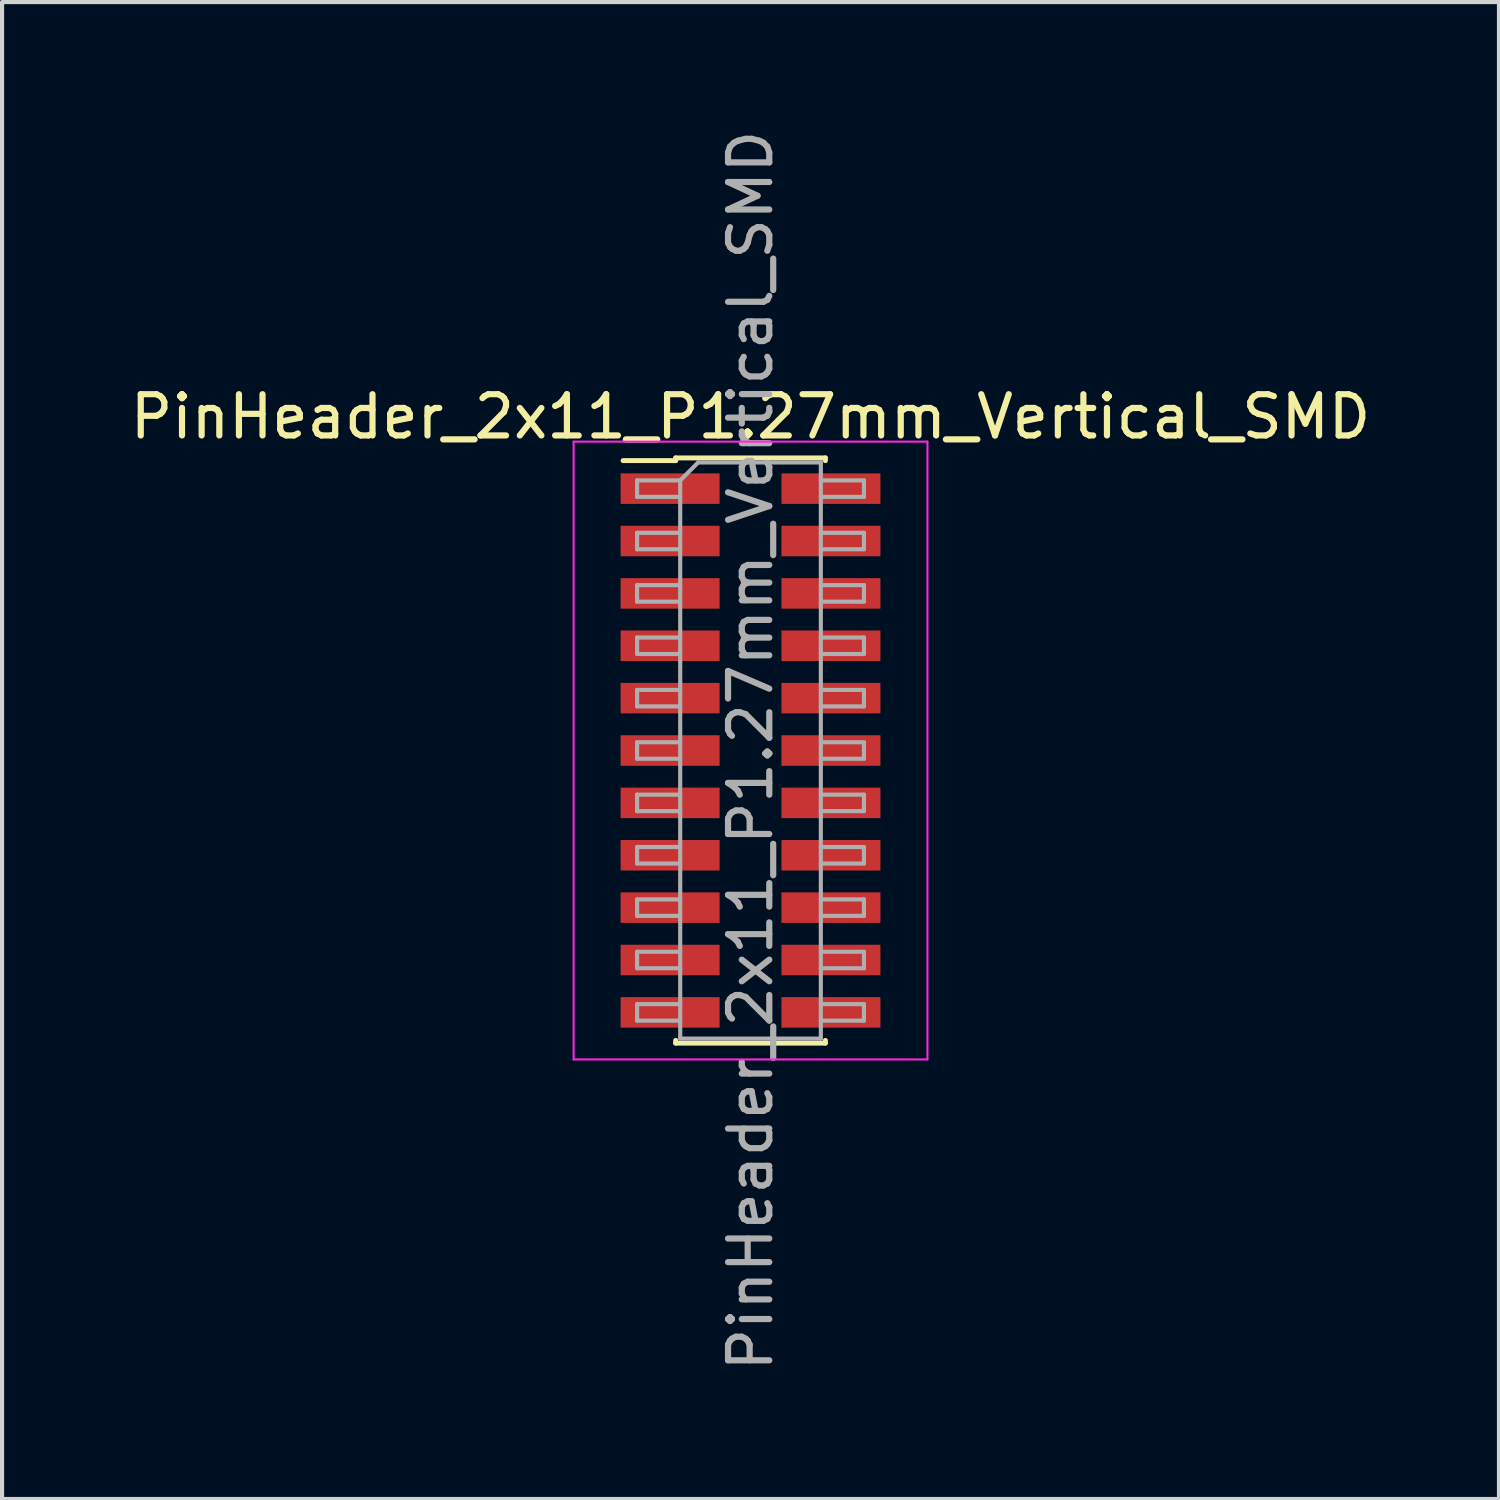
<source format=kicad_pcb>
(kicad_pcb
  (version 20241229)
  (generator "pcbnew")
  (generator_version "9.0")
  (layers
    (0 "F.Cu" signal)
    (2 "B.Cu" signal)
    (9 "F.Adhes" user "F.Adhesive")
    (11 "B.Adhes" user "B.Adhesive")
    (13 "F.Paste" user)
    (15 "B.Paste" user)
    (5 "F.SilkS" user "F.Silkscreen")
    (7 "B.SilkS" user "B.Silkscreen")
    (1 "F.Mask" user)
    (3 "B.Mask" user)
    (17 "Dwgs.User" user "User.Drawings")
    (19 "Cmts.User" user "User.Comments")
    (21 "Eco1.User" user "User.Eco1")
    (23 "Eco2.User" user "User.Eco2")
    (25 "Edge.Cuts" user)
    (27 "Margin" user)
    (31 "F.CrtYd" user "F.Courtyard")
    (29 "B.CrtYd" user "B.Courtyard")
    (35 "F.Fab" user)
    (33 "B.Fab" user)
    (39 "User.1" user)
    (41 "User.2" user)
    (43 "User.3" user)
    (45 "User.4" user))
  (footprint "PinHeader_2x11_P1.27mm_Vertical_SMD"
    (layer "F.Cu")
    (at 15.149 15.149)
    (property "Reference" "PinHeader_2x11_P1.27mm_Vertical_SMD" (at 0 -8.095 0) (layer "F.SilkS") (effects (font (size 1 1) (thickness 0.15))))
    (attr smd)
    (fp_line (start -3.09 -7.03) (end -1.815 -7.03) (stroke (width 0.12) (type solid)) (layer "F.SilkS"))
    (fp_line (start -1.815 -7.095) (end -1.815 -7.03) (stroke (width 0.12) (type solid)) (layer "F.SilkS"))
    (fp_line (start -1.815 -7.095) (end 1.815 -7.095) (stroke (width 0.12) (type solid)) (layer "F.SilkS"))
    (fp_line (start -1.815 7.03) (end -1.815 7.095) (stroke (width 0.12) (type solid)) (layer "F.SilkS"))
    (fp_line (start -1.815 7.095) (end 1.815 7.095) (stroke (width 0.12) (type solid)) (layer "F.SilkS"))
    (fp_line (start 1.815 -7.095) (end 1.815 -7.03) (stroke (width 0.12) (type solid)) (layer "F.SilkS"))
    (fp_line (start 1.815 7.03) (end 1.815 7.095) (stroke (width 0.12) (type solid)) (layer "F.SilkS"))
    (fp_line (start -4.29 -7.49) (end -4.29 7.49) (stroke (width 0.05) (type solid)) (layer "F.CrtYd"))
    (fp_line (start -4.29 7.49) (end 4.29 7.49) (stroke (width 0.05) (type solid)) (layer "F.CrtYd"))
    (fp_line (start 4.29 -7.49) (end -4.29 -7.49) (stroke (width 0.05) (type solid)) (layer "F.CrtYd"))
    (fp_line (start 4.29 7.49) (end 4.29 -7.49) (stroke (width 0.05) (type solid)) (layer "F.CrtYd"))
    (fp_line (start -2.75 -6.55) (end -2.75 -6.15) (stroke (width 0.1) (type solid)) (layer "F.Fab"))
    (fp_line (start -2.75 -6.15) (end -1.705 -6.15) (stroke (width 0.1) (type solid)) (layer "F.Fab"))
    (fp_line (start -2.75 -5.28) (end -2.75 -4.88) (stroke (width 0.1) (type solid)) (layer "F.Fab"))
    (fp_line (start -2.75 -4.88) (end -1.705 -4.88) (stroke (width 0.1) (type solid)) (layer "F.Fab"))
    (fp_line (start -2.75 -4.01) (end -2.75 -3.61) (stroke (width 0.1) (type solid)) (layer "F.Fab"))
    (fp_line (start -2.75 -3.61) (end -1.705 -3.61) (stroke (width 0.1) (type solid)) (layer "F.Fab"))
    (fp_line (start -2.75 -2.74) (end -2.75 -2.34) (stroke (width 0.1) (type solid)) (layer "F.Fab"))
    (fp_line (start -2.75 -2.34) (end -1.705 -2.34) (stroke (width 0.1) (type solid)) (layer "F.Fab"))
    (fp_line (start -2.75 -1.47) (end -2.75 -1.07) (stroke (width 0.1) (type solid)) (layer "F.Fab"))
    (fp_line (start -2.75 -1.07) (end -1.705 -1.07) (stroke (width 0.1) (type solid)) (layer "F.Fab"))
    (fp_line (start -2.75 -0.2) (end -2.75 0.2) (stroke (width 0.1) (type solid)) (layer "F.Fab"))
    (fp_line (start -2.75 0.2) (end -1.705 0.2) (stroke (width 0.1) (type solid)) (layer "F.Fab"))
    (fp_line (start -2.75 1.07) (end -2.75 1.47) (stroke (width 0.1) (type solid)) (layer "F.Fab"))
    (fp_line (start -2.75 1.47) (end -1.705 1.47) (stroke (width 0.1) (type solid)) (layer "F.Fab"))
    (fp_line (start -2.75 2.34) (end -2.75 2.74) (stroke (width 0.1) (type solid)) (layer "F.Fab"))
    (fp_line (start -2.75 2.74) (end -1.705 2.74) (stroke (width 0.1) (type solid)) (layer "F.Fab"))
    (fp_line (start -2.75 3.61) (end -2.75 4.01) (stroke (width 0.1) (type solid)) (layer "F.Fab"))
    (fp_line (start -2.75 4.01) (end -1.705 4.01) (stroke (width 0.1) (type solid)) (layer "F.Fab"))
    (fp_line (start -2.75 4.88) (end -2.75 5.28) (stroke (width 0.1) (type solid)) (layer "F.Fab"))
    (fp_line (start -2.75 5.28) (end -1.705 5.28) (stroke (width 0.1) (type solid)) (layer "F.Fab"))
    (fp_line (start -2.75 6.15) (end -2.75 6.55) (stroke (width 0.1) (type solid)) (layer "F.Fab"))
    (fp_line (start -2.75 6.55) (end -1.705 6.55) (stroke (width 0.1) (type solid)) (layer "F.Fab"))
    (fp_line (start -1.705 -6.55) (end -2.75 -6.55) (stroke (width 0.1) (type solid)) (layer "F.Fab"))
    (fp_line (start -1.705 -6.55) (end -1.27 -6.985) (stroke (width 0.1) (type solid)) (layer "F.Fab"))
    (fp_line (start -1.705 -5.28) (end -2.75 -5.28) (stroke (width 0.1) (type solid)) (layer "F.Fab"))
    (fp_line (start -1.705 -4.01) (end -2.75 -4.01) (stroke (width 0.1) (type solid)) (layer "F.Fab"))
    (fp_line (start -1.705 -2.74) (end -2.75 -2.74) (stroke (width 0.1) (type solid)) (layer "F.Fab"))
    (fp_line (start -1.705 -1.47) (end -2.75 -1.47) (stroke (width 0.1) (type solid)) (layer "F.Fab"))
    (fp_line (start -1.705 -0.2) (end -2.75 -0.2) (stroke (width 0.1) (type solid)) (layer "F.Fab"))
    (fp_line (start -1.705 1.07) (end -2.75 1.07) (stroke (width 0.1) (type solid)) (layer "F.Fab"))
    (fp_line (start -1.705 2.34) (end -2.75 2.34) (stroke (width 0.1) (type solid)) (layer "F.Fab"))
    (fp_line (start -1.705 3.61) (end -2.75 3.61) (stroke (width 0.1) (type solid)) (layer "F.Fab"))
    (fp_line (start -1.705 4.88) (end -2.75 4.88) (stroke (width 0.1) (type solid)) (layer "F.Fab"))
    (fp_line (start -1.705 6.15) (end -2.75 6.15) (stroke (width 0.1) (type solid)) (layer "F.Fab"))
    (fp_line (start -1.705 6.985) (end -1.705 -6.55) (stroke (width 0.1) (type solid)) (layer "F.Fab"))
    (fp_line (start -1.27 -6.985) (end 1.705 -6.985) (stroke (width 0.1) (type solid)) (layer "F.Fab"))
    (fp_line (start 1.705 -6.985) (end 1.705 6.985) (stroke (width 0.1) (type solid)) (layer "F.Fab"))
    (fp_line (start 1.705 -6.55) (end 2.75 -6.55) (stroke (width 0.1) (type solid)) (layer "F.Fab"))
    (fp_line (start 1.705 -5.28) (end 2.75 -5.28) (stroke (width 0.1) (type solid)) (layer "F.Fab"))
    (fp_line (start 1.705 -4.01) (end 2.75 -4.01) (stroke (width 0.1) (type solid)) (layer "F.Fab"))
    (fp_line (start 1.705 -2.74) (end 2.75 -2.74) (stroke (width 0.1) (type solid)) (layer "F.Fab"))
    (fp_line (start 1.705 -1.47) (end 2.75 -1.47) (stroke (width 0.1) (type solid)) (layer "F.Fab"))
    (fp_line (start 1.705 -0.2) (end 2.75 -0.2) (stroke (width 0.1) (type solid)) (layer "F.Fab"))
    (fp_line (start 1.705 1.07) (end 2.75 1.07) (stroke (width 0.1) (type solid)) (layer "F.Fab"))
    (fp_line (start 1.705 2.34) (end 2.75 2.34) (stroke (width 0.1) (type solid)) (layer "F.Fab"))
    (fp_line (start 1.705 3.61) (end 2.75 3.61) (stroke (width 0.1) (type solid)) (layer "F.Fab"))
    (fp_line (start 1.705 4.88) (end 2.75 4.88) (stroke (width 0.1) (type solid)) (layer "F.Fab"))
    (fp_line (start 1.705 6.15) (end 2.75 6.15) (stroke (width 0.1) (type solid)) (layer "F.Fab"))
    (fp_line (start 1.705 6.985) (end -1.705 6.985) (stroke (width 0.1) (type solid)) (layer "F.Fab"))
    (fp_line (start 2.75 -6.55) (end 2.75 -6.15) (stroke (width 0.1) (type solid)) (layer "F.Fab"))
    (fp_line (start 2.75 -6.15) (end 1.705 -6.15) (stroke (width 0.1) (type solid)) (layer "F.Fab"))
    (fp_line (start 2.75 -5.28) (end 2.75 -4.88) (stroke (width 0.1) (type solid)) (layer "F.Fab"))
    (fp_line (start 2.75 -4.88) (end 1.705 -4.88) (stroke (width 0.1) (type solid)) (layer "F.Fab"))
    (fp_line (start 2.75 -4.01) (end 2.75 -3.61) (stroke (width 0.1) (type solid)) (layer "F.Fab"))
    (fp_line (start 2.75 -3.61) (end 1.705 -3.61) (stroke (width 0.1) (type solid)) (layer "F.Fab"))
    (fp_line (start 2.75 -2.74) (end 2.75 -2.34) (stroke (width 0.1) (type solid)) (layer "F.Fab"))
    (fp_line (start 2.75 -2.34) (end 1.705 -2.34) (stroke (width 0.1) (type solid)) (layer "F.Fab"))
    (fp_line (start 2.75 -1.47) (end 2.75 -1.07) (stroke (width 0.1) (type solid)) (layer "F.Fab"))
    (fp_line (start 2.75 -1.07) (end 1.705 -1.07) (stroke (width 0.1) (type solid)) (layer "F.Fab"))
    (fp_line (start 2.75 -0.2) (end 2.75 0.2) (stroke (width 0.1) (type solid)) (layer "F.Fab"))
    (fp_line (start 2.75 0.2) (end 1.705 0.2) (stroke (width 0.1) (type solid)) (layer "F.Fab"))
    (fp_line (start 2.75 1.07) (end 2.75 1.47) (stroke (width 0.1) (type solid)) (layer "F.Fab"))
    (fp_line (start 2.75 1.47) (end 1.705 1.47) (stroke (width 0.1) (type solid)) (layer "F.Fab"))
    (fp_line (start 2.75 2.34) (end 2.75 2.74) (stroke (width 0.1) (type solid)) (layer "F.Fab"))
    (fp_line (start 2.75 2.74) (end 1.705 2.74) (stroke (width 0.1) (type solid)) (layer "F.Fab"))
    (fp_line (start 2.75 3.61) (end 2.75 4.01) (stroke (width 0.1) (type solid)) (layer "F.Fab"))
    (fp_line (start 2.75 4.01) (end 1.705 4.01) (stroke (width 0.1) (type solid)) (layer "F.Fab"))
    (fp_line (start 2.75 4.88) (end 2.75 5.28) (stroke (width 0.1) (type solid)) (layer "F.Fab"))
    (fp_line (start 2.75 5.28) (end 1.705 5.28) (stroke (width 0.1) (type solid)) (layer "F.Fab"))
    (fp_line (start 2.75 6.15) (end 2.75 6.55) (stroke (width 0.1) (type solid)) (layer "F.Fab"))
    (fp_line (start 2.75 6.55) (end 1.705 6.55) (stroke (width 0.1) (type solid)) (layer "F.Fab"))
    (fp_text user "${REFERENCE}" (at 0 0 90) (layer "F.Fab") (effects (font (size 1 1) (thickness 0.15))))
    (pad "1" smd rect (at -1.95 -6.35) (size 2.4 0.74) (layers "F.Cu" "F.Mask" "F.Paste"))
    (pad "2" smd rect (at 1.95 -6.35) (size 2.4 0.74) (layers "F.Cu" "F.Mask" "F.Paste"))
    (pad "3" smd rect (at -1.95 -5.08) (size 2.4 0.74) (layers "F.Cu" "F.Mask" "F.Paste"))
    (pad "4" smd rect (at 1.95 -5.08) (size 2.4 0.74) (layers "F.Cu" "F.Mask" "F.Paste"))
    (pad "5" smd rect (at -1.95 -3.81) (size 2.4 0.74) (layers "F.Cu" "F.Mask" "F.Paste"))
    (pad "6" smd rect (at 1.95 -3.81) (size 2.4 0.74) (layers "F.Cu" "F.Mask" "F.Paste"))
    (pad "7" smd rect (at -1.95 -2.54) (size 2.4 0.74) (layers "F.Cu" "F.Mask" "F.Paste"))
    (pad "8" smd rect (at 1.95 -2.54) (size 2.4 0.74) (layers "F.Cu" "F.Mask" "F.Paste"))
    (pad "9" smd rect (at -1.95 -1.27) (size 2.4 0.74) (layers "F.Cu" "F.Mask" "F.Paste"))
    (pad "10" smd rect (at 1.95 -1.27) (size 2.4 0.74) (layers "F.Cu" "F.Mask" "F.Paste"))
    (pad "11" smd rect (at -1.95 0) (size 2.4 0.74) (layers "F.Cu" "F.Mask" "F.Paste"))
    (pad "12" smd rect (at 1.95 0) (size 2.4 0.74) (layers "F.Cu" "F.Mask" "F.Paste"))
    (pad "13" smd rect (at -1.95 1.27) (size 2.4 0.74) (layers "F.Cu" "F.Mask" "F.Paste"))
    (pad "14" smd rect (at 1.95 1.27) (size 2.4 0.74) (layers "F.Cu" "F.Mask" "F.Paste"))
    (pad "15" smd rect (at -1.95 2.54) (size 2.4 0.74) (layers "F.Cu" "F.Mask" "F.Paste"))
    (pad "16" smd rect (at 1.95 2.54) (size 2.4 0.74) (layers "F.Cu" "F.Mask" "F.Paste"))
    (pad "17" smd rect (at -1.95 3.81) (size 2.4 0.74) (layers "F.Cu" "F.Mask" "F.Paste"))
    (pad "18" smd rect (at 1.95 3.81) (size 2.4 0.74) (layers "F.Cu" "F.Mask" "F.Paste"))
    (pad "19" smd rect (at -1.95 5.08) (size 2.4 0.74) (layers "F.Cu" "F.Mask" "F.Paste"))
    (pad "20" smd rect (at 1.95 5.08) (size 2.4 0.74) (layers "F.Cu" "F.Mask" "F.Paste"))
    (pad "21" smd rect (at -1.95 6.35) (size 2.4 0.74) (layers "F.Cu" "F.Mask" "F.Paste"))
    (pad "22" smd rect (at 1.95 6.35) (size 2.4 0.74) (layers "F.Cu" "F.Mask" "F.Paste")))
  (gr_rect
    (start -3 -3)
    (end 33.298 33.298)
    (stroke (width 0.1) (type default))
    (fill no)
    (layer "Edge.Cuts")))
</source>
